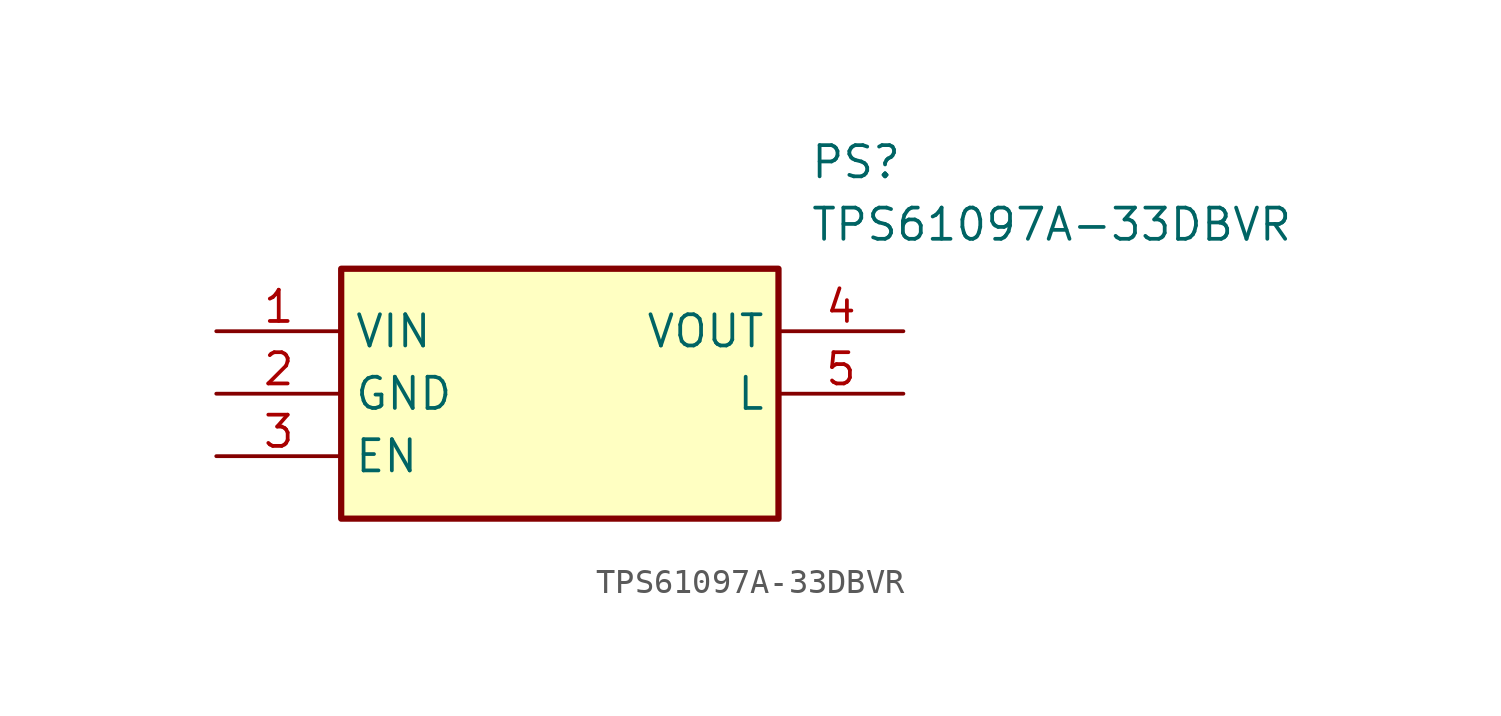
<source format=kicad_sym>
(kicad_symbol_lib
  (version 20211014)
  (generator SamacSys_ECAD_Model)
  (symbol "TPS61097A-33DBVR"
    (property "Reference" "PS"
      (at 24.13 7.62 0)
      (effects (font (size 1.27 1.27)) (justify left top)))
    (property "Value" "TPS61097A-33DBVR"
      (at 24.13 5.08 0)
      (effects (font (size 1.27 1.27)) (justify left top)))
    (rectangle
      (start 5.08 2.54)
      (end 22.86 -7.62)
      (stroke (width 0.254) (type default))
      (fill (type background)))
    (pin power_in line
      (at 0 0 0)
      (length 5.08)
      (name "VIN" (effects (font (size 1.27 1.27))))
      (number "1" (effects (font (size 1.27 1.27)))))
    (pin power_in line
      (at 0 -2.54 0)
      (length 5.08)
      (name "GND" (effects (font (size 1.27 1.27))))
      (number "2" (effects (font (size 1.27 1.27)))))
    (pin input line
      (at 0 -5.08 0)
      (length 5.08)
      (name "EN" (effects (font (size 1.27 1.27))))
      (number "3" (effects (font (size 1.27 1.27)))))
    (pin output line
      (at 27.94 0 180)
      (length 5.08)
      (name "VOUT" (effects (font (size 1.27 1.27))))
      (number "4" (effects (font (size 1.27 1.27)))))
    (pin input line
      (at 27.94 -2.54 180)
      (length 5.08)
      (name "L" (effects (font (size 1.27 1.27))))
      (number "5" (effects (font (size 1.27 1.27)))))))
</source>
